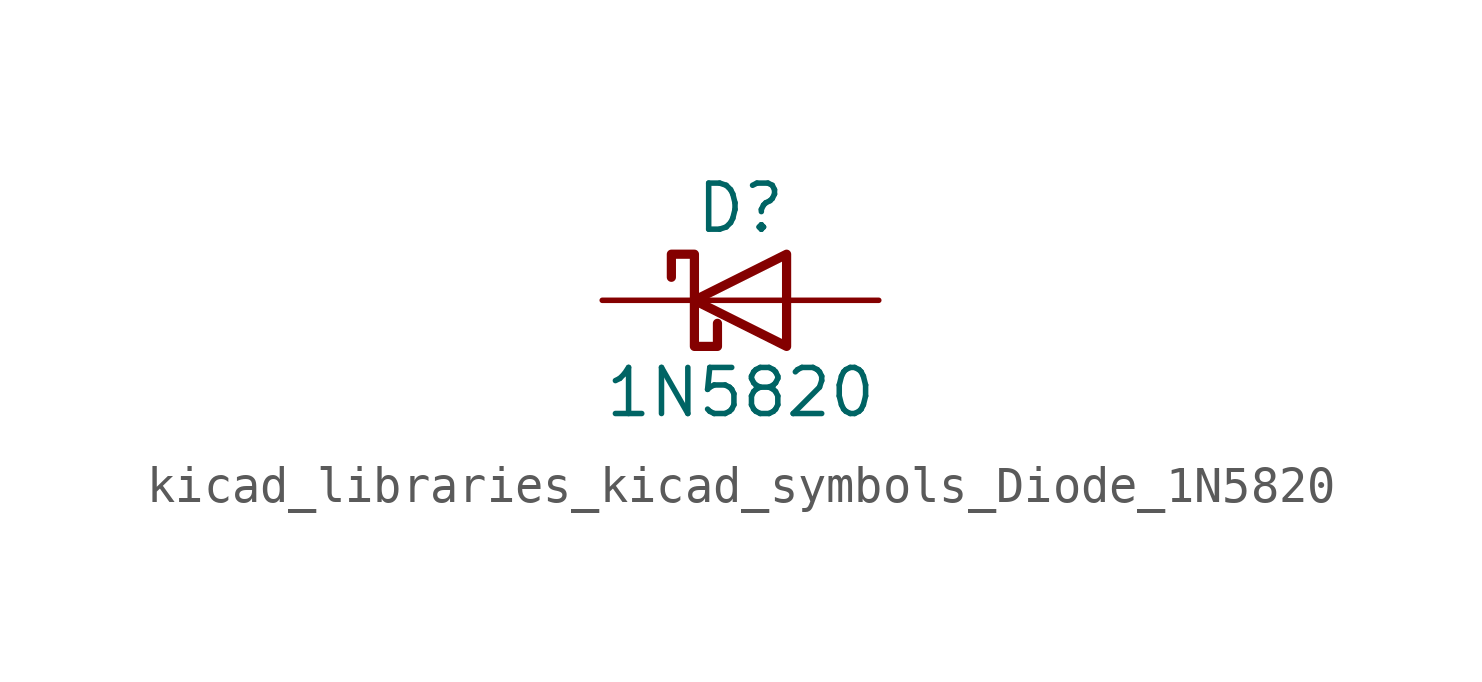
<source format=kicad_sym>
(kicad_symbol_lib
  (version 20220914)
  (generator kicad_symbol_editor)
  (symbol "kicad_libraries_kicad_symbols_Diode_1N5820"
    (pin_numbers hide)
    (pin_names
      (offset 1.016) hide)
    (property "Reference" "D"
      (at 0 2.54 0)
      (effects (font (size 1.27 1.27))))
    (property "Value" "1N5820"
      (at 0 -2.54 0)
      (effects (font (size 1.27 1.27))))
    (symbol "kicad_libraries_kicad_symbols_Diode_1N5820_0_1"
      (polyline (pts (xy 1.27 0) (xy -1.27 0)) (stroke (width 0) (type default)) (fill (type none)))
      (polyline (pts (xy 1.27 1.27) (xy 1.27 -1.27) (xy -1.27 0) (xy 1.27 1.27)) (stroke (width 0.254) (type default)) (fill (type none)))
      (polyline (pts (xy -1.905 0.635) (xy -1.905 1.27) (xy -1.27 1.27) (xy -1.27 -1.27) (xy -0.635 -1.27) (xy -0.635 -0.635)) (stroke (width 0.254) (type default)) (fill (type none))))
    (symbol "kicad_libraries_kicad_symbols_Diode_1N5820_1_1"
      (pin passive line (at -3.81 0 0) (length 2.54) (name "K" (effects (font (size 1.27 1.27)))) (number "1" (effects (font (size 1.27 1.27)))))
      (pin passive line (at 3.81 0 180) (length 2.54) (name "A" (effects (font (size 1.27 1.27)))) (number "2" (effects (font (size 1.27 1.27))))))))
</source>
